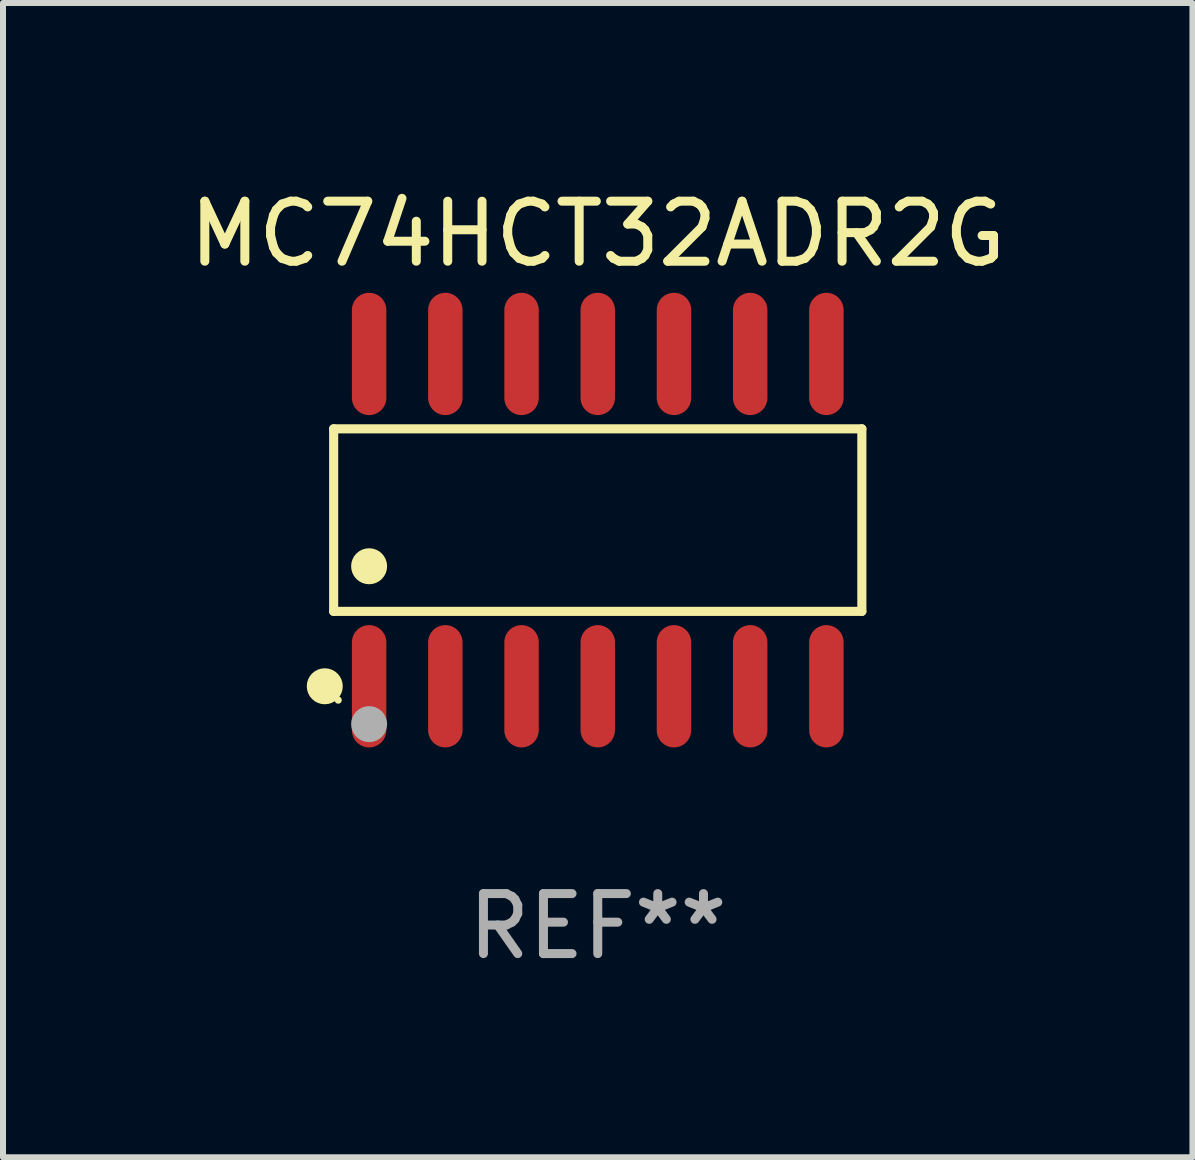
<source format=kicad_pcb>
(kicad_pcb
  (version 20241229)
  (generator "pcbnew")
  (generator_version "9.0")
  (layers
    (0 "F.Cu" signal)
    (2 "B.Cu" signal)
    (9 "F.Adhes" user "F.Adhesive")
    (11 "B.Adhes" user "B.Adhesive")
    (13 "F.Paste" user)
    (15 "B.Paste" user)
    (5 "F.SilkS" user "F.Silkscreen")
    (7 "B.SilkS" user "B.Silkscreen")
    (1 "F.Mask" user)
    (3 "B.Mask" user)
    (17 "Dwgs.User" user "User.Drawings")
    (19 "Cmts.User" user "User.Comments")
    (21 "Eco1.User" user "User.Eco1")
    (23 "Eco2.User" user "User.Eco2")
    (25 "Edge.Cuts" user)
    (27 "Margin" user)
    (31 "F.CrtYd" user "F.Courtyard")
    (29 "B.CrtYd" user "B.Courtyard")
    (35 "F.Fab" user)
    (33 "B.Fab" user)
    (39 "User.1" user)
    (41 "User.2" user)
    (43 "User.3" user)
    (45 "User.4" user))
  (footprint "MC74HCT32ADR2G"
    (layer "F.Cu")
    (at 6.911 5.617)
    (property "Reference" "MC74HCT32ADR2G" (at 0 -4.769 0) (layer "F.SilkS") (effects (font (size 1 1) (thickness 0.15))))
    (attr through_hole)
    (fp_line (start -4.401 -1.521) (end 4.401 -1.521) (stroke (width 0.152) (type solid)) (layer "F.SilkS"))
    (fp_line (start -4.401 1.521) (end -4.401 -1.521) (stroke (width 0.152) (type solid)) (layer "F.SilkS"))
    (fp_line (start 4.401 -1.521) (end 4.401 1.521) (stroke (width 0.152) (type solid)) (layer "F.SilkS"))
    (fp_line (start 4.401 1.521) (end -4.401 1.521) (stroke (width 0.152) (type solid)) (layer "F.SilkS"))
    (fp_circle (center -4.549 2.769) (end -4.399 2.769) (stroke (width 0.3) (type solid)) (fill no) (layer "F.SilkS"))
    (fp_circle (center -4.325 3) (end -4.295 3) (stroke (width 0.06) (type solid)) (fill no) (layer "F.SilkS"))
    (fp_circle (center -3.81 0.769) (end -3.66 0.769) (stroke (width 0.3) (type solid)) (fill no) (layer "F.SilkS"))
    (fp_circle (center -3.81 3.4) (end -3.66 3.4) (stroke (width 0.3) (type solid)) (fill no) (layer "F.Fab"))
    (fp_text user "REF**" (at 0 6.769 0) (layer "F.Fab") (effects (font (size 1 1) (thickness 0.15))))
    (pad "1" smd oval (at -3.81 2.769) (size 0.574 2.038) (layers "F.Cu" "F.Mask" "F.Paste"))
    (pad "2" smd oval (at -2.54 2.769) (size 0.574 2.038) (layers "F.Cu" "F.Mask" "F.Paste"))
    (pad "3" smd oval (at -1.27 2.769) (size 0.574 2.038) (layers "F.Cu" "F.Mask" "F.Paste"))
    (pad "4" smd oval (at 0 2.769) (size 0.574 2.038) (layers "F.Cu" "F.Mask" "F.Paste"))
    (pad "5" smd oval (at 1.27 2.769) (size 0.574 2.038) (layers "F.Cu" "F.Mask" "F.Paste"))
    (pad "6" smd oval (at 2.54 2.769) (size 0.574 2.038) (layers "F.Cu" "F.Mask" "F.Paste"))
    (pad "7" smd oval (at 3.81 2.769) (size 0.574 2.038) (layers "F.Cu" "F.Mask" "F.Paste"))
    (pad "8" smd oval (at 3.81 -2.769) (size 0.574 2.038) (layers "F.Cu" "F.Mask" "F.Paste"))
    (pad "9" smd oval (at 2.54 -2.769) (size 0.574 2.038) (layers "F.Cu" "F.Mask" "F.Paste"))
    (pad "10" smd oval (at 1.27 -2.769) (size 0.574 2.038) (layers "F.Cu" "F.Mask" "F.Paste"))
    (pad "11" smd oval (at 0 -2.769) (size 0.574 2.038) (layers "F.Cu" "F.Mask" "F.Paste"))
    (pad "12" smd oval (at -1.27 -2.769) (size 0.574 2.038) (layers "F.Cu" "F.Mask" "F.Paste"))
    (pad "13" smd oval (at -2.54 -2.769) (size 0.574 2.038) (layers "F.Cu" "F.Mask" "F.Paste"))
    (pad "14" smd oval (at -3.81 -2.769) (size 0.574 2.038) (layers "F.Cu" "F.Mask" "F.Paste")))
  (gr_rect
    (start -3 -3)
    (end 16.821 16.235)
    (stroke (width 0.1) (type default))
    (fill no)
    (layer "Edge.Cuts")))
</source>
